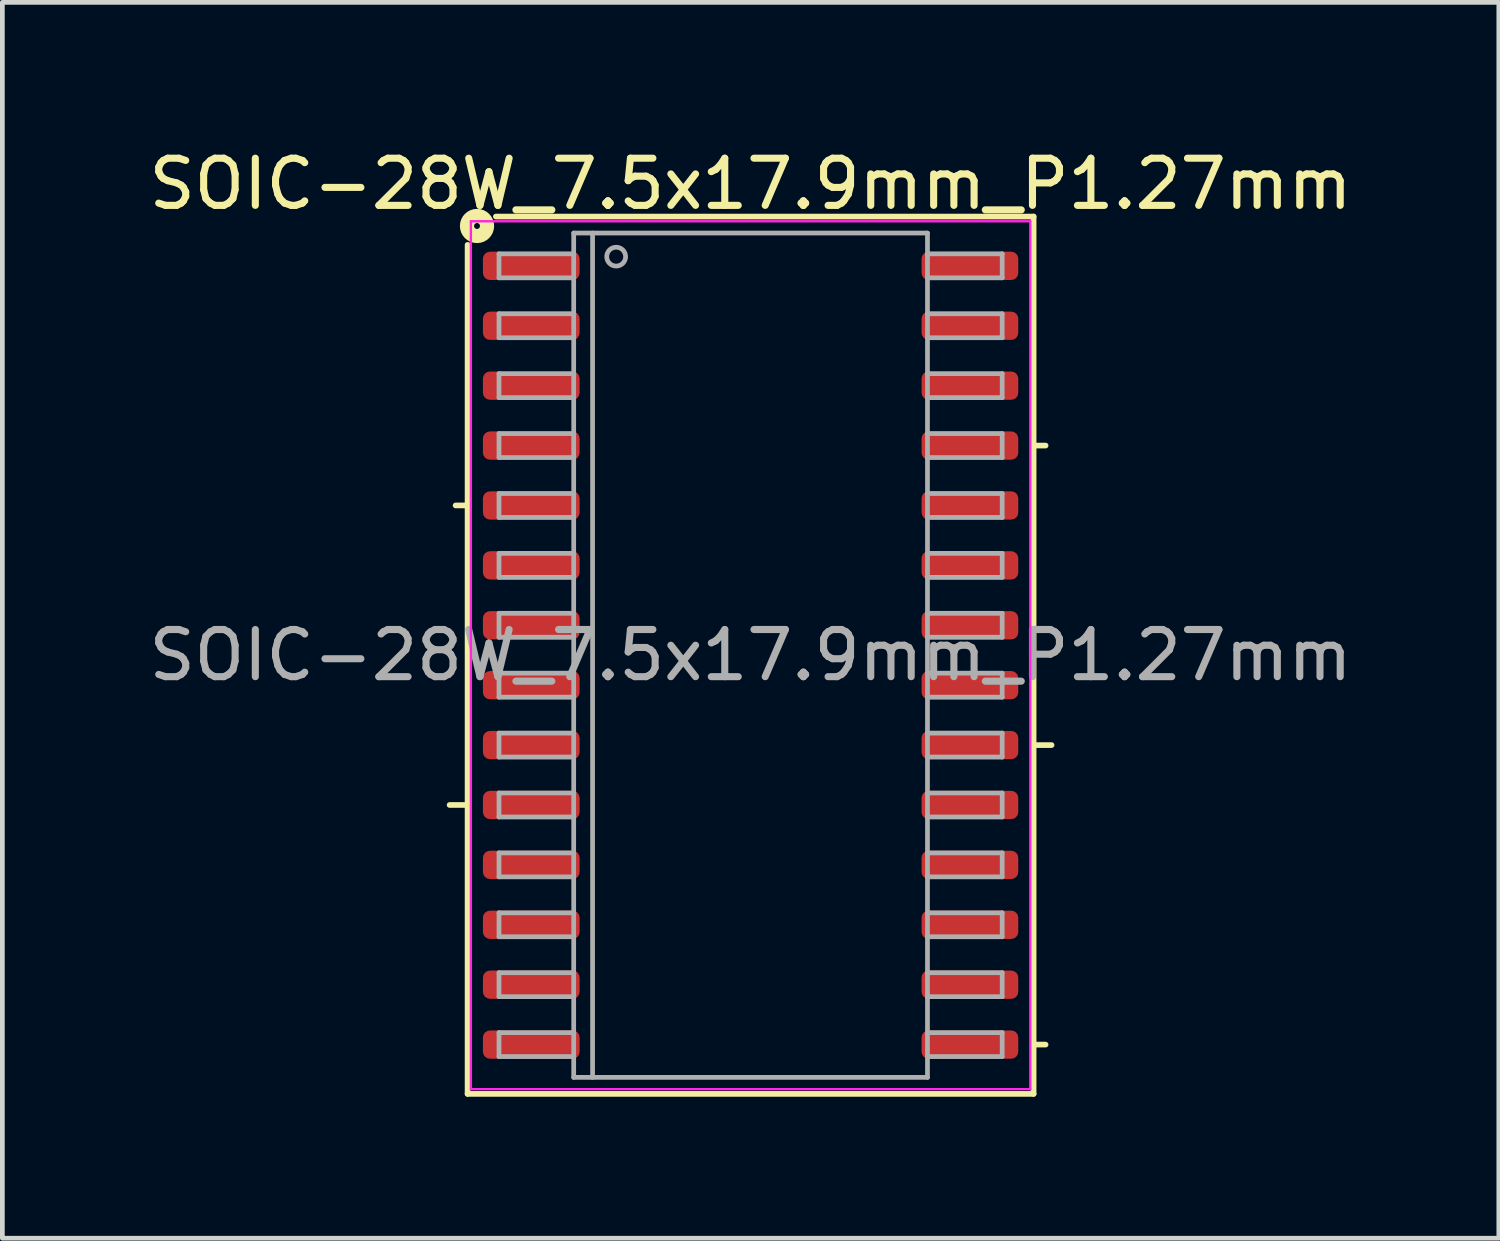
<source format=kicad_pcb>
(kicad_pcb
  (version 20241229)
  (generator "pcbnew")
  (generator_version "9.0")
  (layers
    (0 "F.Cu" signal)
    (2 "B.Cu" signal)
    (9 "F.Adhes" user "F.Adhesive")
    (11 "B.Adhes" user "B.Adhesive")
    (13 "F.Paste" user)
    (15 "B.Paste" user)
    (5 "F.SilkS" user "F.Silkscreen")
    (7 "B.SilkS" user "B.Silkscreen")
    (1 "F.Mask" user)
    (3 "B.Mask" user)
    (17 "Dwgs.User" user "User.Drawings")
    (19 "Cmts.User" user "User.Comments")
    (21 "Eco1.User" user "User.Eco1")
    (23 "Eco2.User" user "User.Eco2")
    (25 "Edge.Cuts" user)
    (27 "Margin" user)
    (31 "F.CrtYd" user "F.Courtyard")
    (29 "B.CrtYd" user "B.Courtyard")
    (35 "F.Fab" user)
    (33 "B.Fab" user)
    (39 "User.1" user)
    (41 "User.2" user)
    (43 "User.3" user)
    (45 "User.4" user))
  (footprint "SOIC-28W_7.5x17.9mm_P1.27mm"
    (layer "F.Cu")
    (at 12.863 10.841)
    (property "Reference" "SOIC-28W_7.5x17.9mm_P1.27mm" (at 0 -9.992 0) (layer "F.SilkS") (effects (font (size 1 1) (thickness 0.15))))
    (attr smd)
    (fp_line (start -6 -8.7) (end -6 9.3) (stroke (width 0.12) (type solid)) (layer "F.SilkS"))
    (fp_line (start -6 -3.175) (end -6.254 -3.175) (stroke (width 0.12) (type solid)) (layer "F.SilkS"))
    (fp_line (start -6 3.175) (end -6.381 3.175) (stroke (width 0.12) (type solid)) (layer "F.SilkS"))
    (fp_line (start -6 9.3) (end 6 9.3) (stroke (width 0.12) (type solid)) (layer "F.SilkS"))
    (fp_line (start 6 -9.3) (end -5.4 -9.3) (stroke (width 0.12) (type solid)) (layer "F.SilkS"))
    (fp_line (start 6 -4.445) (end 6.254 -4.445) (stroke (width 0.12) (type solid)) (layer "F.SilkS"))
    (fp_line (start 6 1.905) (end 6.381 1.905) (stroke (width 0.12) (type solid)) (layer "F.SilkS"))
    (fp_line (start 6 8.255) (end 6.254 8.255) (stroke (width 0.12) (type solid)) (layer "F.SilkS"))
    (fp_line (start 6 9.3) (end 6 -9.3) (stroke (width 0.12) (type solid)) (layer "F.SilkS"))
    (fp_circle (center -5.8 -9.1) (end -5.737 -9.1) (stroke (width 0.3) (type solid)) (fill no) (layer "F.SilkS"))
    (fp_line (start -5.93 -9.2) (end -5.93 9.2) (stroke (width 0.05) (type solid)) (layer "F.CrtYd"))
    (fp_line (start -5.93 9.2) (end 5.93 9.2) (stroke (width 0.05) (type solid)) (layer "F.CrtYd"))
    (fp_line (start 5.93 -9.2) (end -5.93 -9.2) (stroke (width 0.05) (type solid)) (layer "F.CrtYd"))
    (fp_line (start 5.93 9.2) (end 5.93 -9.2) (stroke (width 0.05) (type solid)) (layer "F.CrtYd"))
    (fp_line (start -5.334 -8.509) (end -5.334 -8.001) (stroke (width 0.1) (type solid)) (layer "F.Fab"))
    (fp_line (start -5.334 -8.509) (end -3.747 -8.509) (stroke (width 0.1) (type solid)) (layer "F.Fab"))
    (fp_line (start -5.334 -8.001) (end -3.747 -8.001) (stroke (width 0.1) (type solid)) (layer "F.Fab"))
    (fp_line (start -5.334 -7.239) (end -5.334 -6.731) (stroke (width 0.1) (type solid)) (layer "F.Fab"))
    (fp_line (start -5.334 -7.239) (end -3.747 -7.239) (stroke (width 0.1) (type solid)) (layer "F.Fab"))
    (fp_line (start -5.334 -6.731) (end -3.747 -6.731) (stroke (width 0.1) (type solid)) (layer "F.Fab"))
    (fp_line (start -5.334 -5.969) (end -5.334 -5.461) (stroke (width 0.1) (type solid)) (layer "F.Fab"))
    (fp_line (start -5.334 -5.969) (end -3.747 -5.969) (stroke (width 0.1) (type solid)) (layer "F.Fab"))
    (fp_line (start -5.334 -5.461) (end -3.747 -5.461) (stroke (width 0.1) (type solid)) (layer "F.Fab"))
    (fp_line (start -5.334 -4.699) (end -5.334 -4.191) (stroke (width 0.1) (type solid)) (layer "F.Fab"))
    (fp_line (start -5.334 -4.699) (end -3.747 -4.699) (stroke (width 0.1) (type solid)) (layer "F.Fab"))
    (fp_line (start -5.334 -4.191) (end -3.747 -4.191) (stroke (width 0.1) (type solid)) (layer "F.Fab"))
    (fp_line (start -5.334 -3.429) (end -5.334 -2.921) (stroke (width 0.1) (type solid)) (layer "F.Fab"))
    (fp_line (start -5.334 -3.429) (end -3.747 -3.429) (stroke (width 0.1) (type solid)) (layer "F.Fab"))
    (fp_line (start -5.334 -2.921) (end -3.747 -2.921) (stroke (width 0.1) (type solid)) (layer "F.Fab"))
    (fp_line (start -5.334 -2.159) (end -5.334 -1.651) (stroke (width 0.1) (type solid)) (layer "F.Fab"))
    (fp_line (start -5.334 -2.159) (end -3.747 -2.159) (stroke (width 0.1) (type solid)) (layer "F.Fab"))
    (fp_line (start -5.334 -1.651) (end -3.747 -1.651) (stroke (width 0.1) (type solid)) (layer "F.Fab"))
    (fp_line (start -5.334 -0.889) (end -5.334 -0.381) (stroke (width 0.1) (type solid)) (layer "F.Fab"))
    (fp_line (start -5.334 -0.889) (end -3.747 -0.889) (stroke (width 0.1) (type solid)) (layer "F.Fab"))
    (fp_line (start -5.334 -0.381) (end -3.747 -0.381) (stroke (width 0.1) (type solid)) (layer "F.Fab"))
    (fp_line (start -5.334 0.381) (end -5.334 0.889) (stroke (width 0.1) (type solid)) (layer "F.Fab"))
    (fp_line (start -5.334 0.381) (end -3.747 0.381) (stroke (width 0.1) (type solid)) (layer "F.Fab"))
    (fp_line (start -5.334 0.889) (end -3.747 0.889) (stroke (width 0.1) (type solid)) (layer "F.Fab"))
    (fp_line (start -5.334 1.651) (end -5.334 2.159) (stroke (width 0.1) (type solid)) (layer "F.Fab"))
    (fp_line (start -5.334 1.651) (end -3.747 1.651) (stroke (width 0.1) (type solid)) (layer "F.Fab"))
    (fp_line (start -5.334 2.159) (end -3.747 2.159) (stroke (width 0.1) (type solid)) (layer "F.Fab"))
    (fp_line (start -5.334 2.921) (end -5.334 3.429) (stroke (width 0.1) (type solid)) (layer "F.Fab"))
    (fp_line (start -5.334 2.921) (end -3.747 2.921) (stroke (width 0.1) (type solid)) (layer "F.Fab"))
    (fp_line (start -5.334 3.429) (end -3.747 3.429) (stroke (width 0.1) (type solid)) (layer "F.Fab"))
    (fp_line (start -5.334 4.191) (end -5.334 4.699) (stroke (width 0.1) (type solid)) (layer "F.Fab"))
    (fp_line (start -5.334 4.191) (end -3.747 4.191) (stroke (width 0.1) (type solid)) (layer "F.Fab"))
    (fp_line (start -5.334 4.699) (end -3.747 4.699) (stroke (width 0.1) (type solid)) (layer "F.Fab"))
    (fp_line (start -5.334 5.461) (end -5.334 5.969) (stroke (width 0.1) (type solid)) (layer "F.Fab"))
    (fp_line (start -5.334 5.461) (end -3.747 5.461) (stroke (width 0.1) (type solid)) (layer "F.Fab"))
    (fp_line (start -5.334 5.969) (end -3.747 5.969) (stroke (width 0.1) (type solid)) (layer "F.Fab"))
    (fp_line (start -5.334 6.731) (end -5.334 7.239) (stroke (width 0.1) (type solid)) (layer "F.Fab"))
    (fp_line (start -5.334 6.731) (end -3.747 6.731) (stroke (width 0.1) (type solid)) (layer "F.Fab"))
    (fp_line (start -5.334 7.239) (end -3.747 7.239) (stroke (width 0.1) (type solid)) (layer "F.Fab"))
    (fp_line (start -5.334 8.001) (end -5.334 8.509) (stroke (width 0.1) (type solid)) (layer "F.Fab"))
    (fp_line (start -5.334 8.001) (end -3.747 8.001) (stroke (width 0.1) (type solid)) (layer "F.Fab"))
    (fp_line (start -5.334 8.509) (end -3.747 8.509) (stroke (width 0.1) (type solid)) (layer "F.Fab"))
    (fp_line (start -3.75 -8.95) (end 3.75 -8.95) (stroke (width 0.1) (type solid)) (layer "F.Fab"))
    (fp_line (start -3.75 8.95) (end -3.75 -8.95) (stroke (width 0.1) (type solid)) (layer "F.Fab"))
    (fp_line (start -3.35 -8.95) (end -3.35 8.95) (stroke (width 0.1) (type solid)) (layer "F.Fab"))
    (fp_line (start 3.75 -8.95) (end 3.75 8.95) (stroke (width 0.1) (type solid)) (layer "F.Fab"))
    (fp_line (start 3.75 8.95) (end -3.75 8.95) (stroke (width 0.1) (type solid)) (layer "F.Fab"))
    (fp_line (start 5.334 -8.509) (end 3.747 -8.509) (stroke (width 0.1) (type solid)) (layer "F.Fab"))
    (fp_line (start 5.334 -8.001) (end 3.747 -8.001) (stroke (width 0.1) (type solid)) (layer "F.Fab"))
    (fp_line (start 5.334 -8.001) (end 5.334 -8.509) (stroke (width 0.1) (type solid)) (layer "F.Fab"))
    (fp_line (start 5.334 -7.239) (end 3.747 -7.239) (stroke (width 0.1) (type solid)) (layer "F.Fab"))
    (fp_line (start 5.334 -6.731) (end 3.747 -6.731) (stroke (width 0.1) (type solid)) (layer "F.Fab"))
    (fp_line (start 5.334 -6.731) (end 5.334 -7.239) (stroke (width 0.1) (type solid)) (layer "F.Fab"))
    (fp_line (start 5.334 -5.969) (end 3.747 -5.969) (stroke (width 0.1) (type solid)) (layer "F.Fab"))
    (fp_line (start 5.334 -5.461) (end 3.747 -5.461) (stroke (width 0.1) (type solid)) (layer "F.Fab"))
    (fp_line (start 5.334 -5.461) (end 5.334 -5.969) (stroke (width 0.1) (type solid)) (layer "F.Fab"))
    (fp_line (start 5.334 -4.699) (end 3.747 -4.699) (stroke (width 0.1) (type solid)) (layer "F.Fab"))
    (fp_line (start 5.334 -4.191) (end 3.747 -4.191) (stroke (width 0.1) (type solid)) (layer "F.Fab"))
    (fp_line (start 5.334 -4.191) (end 5.334 -4.699) (stroke (width 0.1) (type solid)) (layer "F.Fab"))
    (fp_line (start 5.334 -3.429) (end 3.747 -3.429) (stroke (width 0.1) (type solid)) (layer "F.Fab"))
    (fp_line (start 5.334 -2.921) (end 3.747 -2.921) (stroke (width 0.1) (type solid)) (layer "F.Fab"))
    (fp_line (start 5.334 -2.921) (end 5.334 -3.429) (stroke (width 0.1) (type solid)) (layer "F.Fab"))
    (fp_line (start 5.334 -2.159) (end 3.747 -2.159) (stroke (width 0.1) (type solid)) (layer "F.Fab"))
    (fp_line (start 5.334 -1.651) (end 3.747 -1.651) (stroke (width 0.1) (type solid)) (layer "F.Fab"))
    (fp_line (start 5.334 -1.651) (end 5.334 -2.159) (stroke (width 0.1) (type solid)) (layer "F.Fab"))
    (fp_line (start 5.334 -0.889) (end 3.747 -0.889) (stroke (width 0.1) (type solid)) (layer "F.Fab"))
    (fp_line (start 5.334 -0.381) (end 3.747 -0.381) (stroke (width 0.1) (type solid)) (layer "F.Fab"))
    (fp_line (start 5.334 -0.381) (end 5.334 -0.889) (stroke (width 0.1) (type solid)) (layer "F.Fab"))
    (fp_line (start 5.334 0.381) (end 3.747 0.381) (stroke (width 0.1) (type solid)) (layer "F.Fab"))
    (fp_line (start 5.334 0.889) (end 3.747 0.889) (stroke (width 0.1) (type solid)) (layer "F.Fab"))
    (fp_line (start 5.334 0.889) (end 5.334 0.381) (stroke (width 0.1) (type solid)) (layer "F.Fab"))
    (fp_line (start 5.334 1.651) (end 3.747 1.651) (stroke (width 0.1) (type solid)) (layer "F.Fab"))
    (fp_line (start 5.334 2.159) (end 3.747 2.159) (stroke (width 0.1) (type solid)) (layer "F.Fab"))
    (fp_line (start 5.334 2.159) (end 5.334 1.651) (stroke (width 0.1) (type solid)) (layer "F.Fab"))
    (fp_line (start 5.334 2.921) (end 3.747 2.921) (stroke (width 0.1) (type solid)) (layer "F.Fab"))
    (fp_line (start 5.334 3.429) (end 3.747 3.429) (stroke (width 0.1) (type solid)) (layer "F.Fab"))
    (fp_line (start 5.334 3.429) (end 5.334 2.921) (stroke (width 0.1) (type solid)) (layer "F.Fab"))
    (fp_line (start 5.334 4.191) (end 3.747 4.191) (stroke (width 0.1) (type solid)) (layer "F.Fab"))
    (fp_line (start 5.334 4.699) (end 3.747 4.699) (stroke (width 0.1) (type solid)) (layer "F.Fab"))
    (fp_line (start 5.334 4.699) (end 5.334 4.191) (stroke (width 0.1) (type solid)) (layer "F.Fab"))
    (fp_line (start 5.334 5.461) (end 3.747 5.461) (stroke (width 0.1) (type solid)) (layer "F.Fab"))
    (fp_line (start 5.334 5.969) (end 3.747 5.969) (stroke (width 0.1) (type solid)) (layer "F.Fab"))
    (fp_line (start 5.334 5.969) (end 5.334 5.461) (stroke (width 0.1) (type solid)) (layer "F.Fab"))
    (fp_line (start 5.334 6.731) (end 3.747 6.731) (stroke (width 0.1) (type solid)) (layer "F.Fab"))
    (fp_line (start 5.334 7.239) (end 3.747 7.239) (stroke (width 0.1) (type solid)) (layer "F.Fab"))
    (fp_line (start 5.334 7.239) (end 5.334 6.731) (stroke (width 0.1) (type solid)) (layer "F.Fab"))
    (fp_line (start 5.334 8.001) (end 3.747 8.001) (stroke (width 0.1) (type solid)) (layer "F.Fab"))
    (fp_line (start 5.334 8.509) (end 3.747 8.509) (stroke (width 0.1) (type solid)) (layer "F.Fab"))
    (fp_line (start 5.334 8.509) (end 5.334 8.001) (stroke (width 0.1) (type solid)) (layer "F.Fab"))
    (fp_circle (center -2.85 -8.45) (end -2.65 -8.45) (stroke (width 0.1) (type solid)) (fill no) (layer "F.Fab"))
    (fp_text user "${REFERENCE}" (at 0 0 0) (layer "F.Fab") (effects (font (size 1 1) (thickness 0.15))))
    (pad "1" smd roundrect (at -4.65 -8.255) (size 2.05 0.6) (layers "F.Cu" "F.Mask" "F.Paste") (roundrect_rratio 0.25))
    (pad "2" smd roundrect (at -4.65 -6.985) (size 2.05 0.6) (layers "F.Cu" "F.Mask" "F.Paste") (roundrect_rratio 0.25))
    (pad "3" smd roundrect (at -4.65 -5.715) (size 2.05 0.6) (layers "F.Cu" "F.Mask" "F.Paste") (roundrect_rratio 0.25))
    (pad "4" smd roundrect (at -4.65 -4.445) (size 2.05 0.6) (layers "F.Cu" "F.Mask" "F.Paste") (roundrect_rratio 0.25))
    (pad "5" smd roundrect (at -4.65 -3.175) (size 2.05 0.6) (layers "F.Cu" "F.Mask" "F.Paste") (roundrect_rratio 0.25))
    (pad "6" smd roundrect (at -4.65 -1.905) (size 2.05 0.6) (layers "F.Cu" "F.Mask" "F.Paste") (roundrect_rratio 0.25))
    (pad "7" smd roundrect (at -4.65 -0.635) (size 2.05 0.6) (layers "F.Cu" "F.Mask" "F.Paste") (roundrect_rratio 0.25))
    (pad "8" smd roundrect (at -4.65 0.635) (size 2.05 0.6) (layers "F.Cu" "F.Mask" "F.Paste") (roundrect_rratio 0.25))
    (pad "9" smd roundrect (at -4.65 1.905) (size 2.05 0.6) (layers "F.Cu" "F.Mask" "F.Paste") (roundrect_rratio 0.25))
    (pad "10" smd roundrect (at -4.65 3.175) (size 2.05 0.6) (layers "F.Cu" "F.Mask" "F.Paste") (roundrect_rratio 0.25))
    (pad "11" smd roundrect (at -4.65 4.445) (size 2.05 0.6) (layers "F.Cu" "F.Mask" "F.Paste") (roundrect_rratio 0.25))
    (pad "12" smd roundrect (at -4.65 5.715) (size 2.05 0.6) (layers "F.Cu" "F.Mask" "F.Paste") (roundrect_rratio 0.25))
    (pad "13" smd roundrect (at -4.65 6.985) (size 2.05 0.6) (layers "F.Cu" "F.Mask" "F.Paste") (roundrect_rratio 0.25))
    (pad "14" smd roundrect (at -4.65 8.255) (size 2.05 0.6) (layers "F.Cu" "F.Mask" "F.Paste") (roundrect_rratio 0.25))
    (pad "15" smd roundrect (at 4.65 8.255) (size 2.05 0.6) (layers "F.Cu" "F.Mask" "F.Paste") (roundrect_rratio 0.25))
    (pad "16" smd roundrect (at 4.65 6.985) (size 2.05 0.6) (layers "F.Cu" "F.Mask" "F.Paste") (roundrect_rratio 0.25))
    (pad "17" smd roundrect (at 4.65 5.715) (size 2.05 0.6) (layers "F.Cu" "F.Mask" "F.Paste") (roundrect_rratio 0.25))
    (pad "18" smd roundrect (at 4.65 4.445) (size 2.05 0.6) (layers "F.Cu" "F.Mask" "F.Paste") (roundrect_rratio 0.25))
    (pad "19" smd roundrect (at 4.65 3.175) (size 2.05 0.6) (layers "F.Cu" "F.Mask" "F.Paste") (roundrect_rratio 0.25))
    (pad "20" smd roundrect (at 4.65 1.905) (size 2.05 0.6) (layers "F.Cu" "F.Mask" "F.Paste") (roundrect_rratio 0.25))
    (pad "21" smd roundrect (at 4.65 0.635) (size 2.05 0.6) (layers "F.Cu" "F.Mask" "F.Paste") (roundrect_rratio 0.25))
    (pad "22" smd roundrect (at 4.65 -0.635) (size 2.05 0.6) (layers "F.Cu" "F.Mask" "F.Paste") (roundrect_rratio 0.25))
    (pad "23" smd roundrect (at 4.65 -1.905) (size 2.05 0.6) (layers "F.Cu" "F.Mask" "F.Paste") (roundrect_rratio 0.25))
    (pad "24" smd roundrect (at 4.65 -3.175) (size 2.05 0.6) (layers "F.Cu" "F.Mask" "F.Paste") (roundrect_rratio 0.25))
    (pad "25" smd roundrect (at 4.65 -4.445) (size 2.05 0.6) (layers "F.Cu" "F.Mask" "F.Paste") (roundrect_rratio 0.25))
    (pad "26" smd roundrect (at 4.65 -5.715) (size 2.05 0.6) (layers "F.Cu" "F.Mask" "F.Paste") (roundrect_rratio 0.25))
    (pad "27" smd roundrect (at 4.65 -6.985) (size 2.05 0.6) (layers "F.Cu" "F.Mask" "F.Paste") (roundrect_rratio 0.25))
    (pad "28" smd roundrect (at 4.65 -8.255) (size 2.05 0.6) (layers "F.Cu" "F.Mask" "F.Paste") (roundrect_rratio 0.25)))
  (gr_rect
    (start -3 -3)
    (end 28.726 23.201)
    (stroke (width 0.1) (type default))
    (fill no)
    (layer "Edge.Cuts")))
</source>
